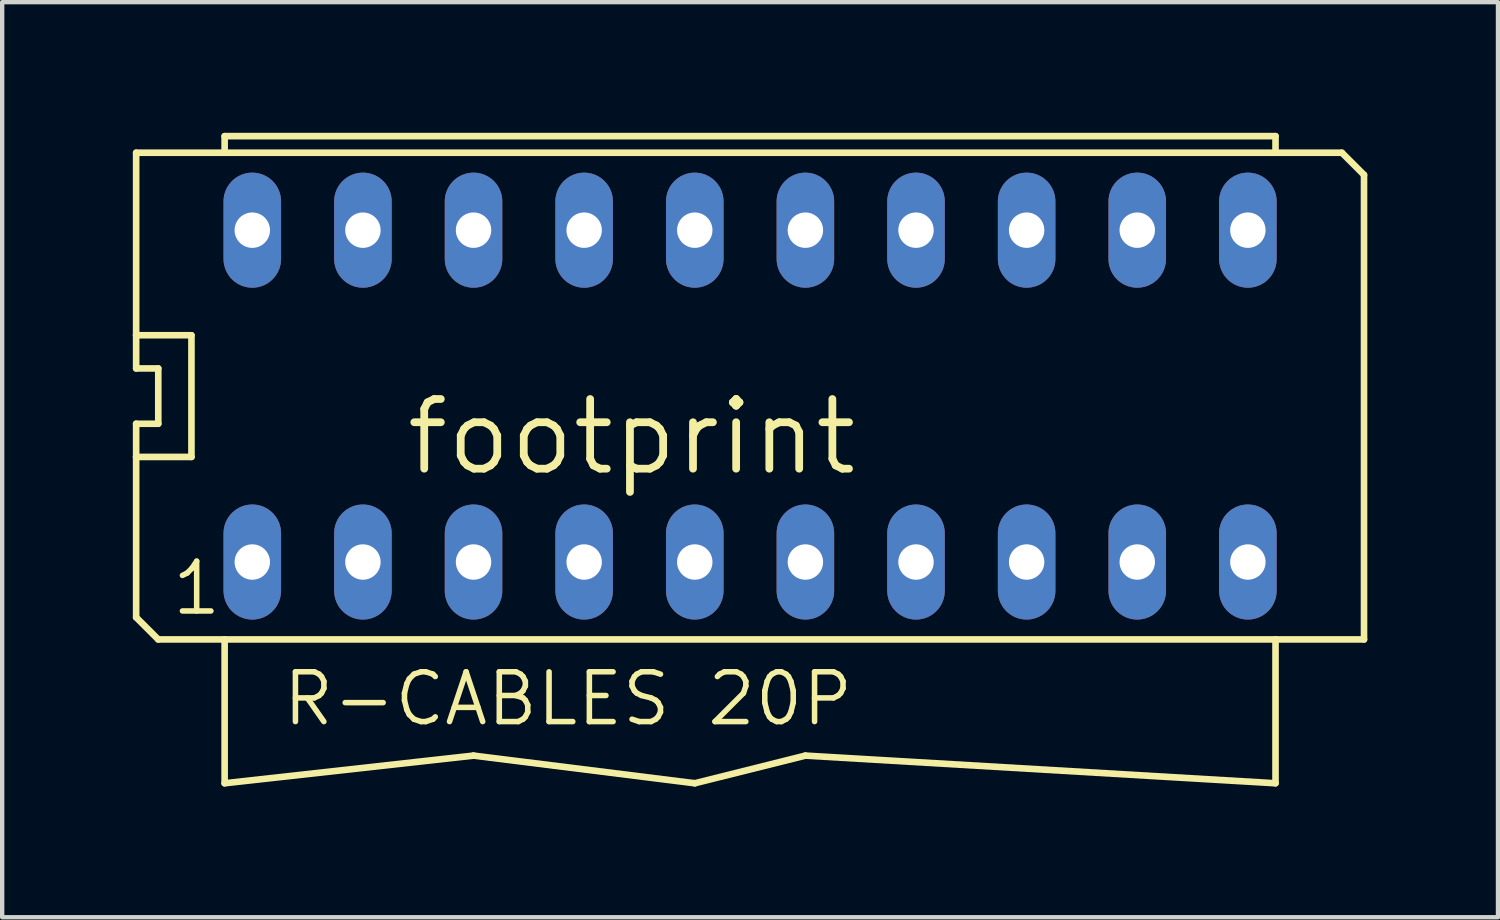
<source format=kicad_pcb>
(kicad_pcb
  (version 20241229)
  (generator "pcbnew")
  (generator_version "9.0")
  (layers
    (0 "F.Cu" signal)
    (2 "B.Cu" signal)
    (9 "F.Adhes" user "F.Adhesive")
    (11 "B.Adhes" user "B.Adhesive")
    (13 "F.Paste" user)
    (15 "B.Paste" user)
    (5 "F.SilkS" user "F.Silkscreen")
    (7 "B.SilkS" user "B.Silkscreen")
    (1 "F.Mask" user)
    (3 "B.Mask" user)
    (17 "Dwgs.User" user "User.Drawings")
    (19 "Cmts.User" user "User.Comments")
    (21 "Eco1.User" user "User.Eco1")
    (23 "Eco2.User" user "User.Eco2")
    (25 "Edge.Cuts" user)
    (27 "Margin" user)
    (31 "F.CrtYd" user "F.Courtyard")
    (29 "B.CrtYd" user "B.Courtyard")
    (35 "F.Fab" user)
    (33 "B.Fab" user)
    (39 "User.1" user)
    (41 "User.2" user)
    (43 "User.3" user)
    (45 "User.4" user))
  (footprint "footprint"
    (layer "F.Cu")
    (at 14.173 6.045)
    (property "Reference" "footprint" (at 2.54 0 0) (layer "F.SilkS") (effects (font (size 1.6 1.6) (thickness 0.178)) (justify right top)))
    (fp_line (start -14.097 -1.397) (end -14.097 -5.588) (stroke (width 0.152) (type solid)) (layer "F.SilkS"))
    (fp_line (start -14.097 -0.635) (end -14.097 -1.397) (stroke (width 0.152) (type solid)) (layer "F.SilkS"))
    (fp_line (start -14.097 0.635) (end -13.589 0.635) (stroke (width 0.152) (type solid)) (layer "F.SilkS"))
    (fp_line (start -14.097 1.397) (end -14.097 0.635) (stroke (width 0.152) (type solid)) (layer "F.SilkS"))
    (fp_line (start -14.097 1.397) (end -12.827 1.397) (stroke (width 0.152) (type solid)) (layer "F.SilkS"))
    (fp_line (start -14.097 5.08) (end -14.097 1.397) (stroke (width 0.152) (type solid)) (layer "F.SilkS"))
    (fp_line (start -13.589 -0.635) (end -14.097 -0.635) (stroke (width 0.152) (type solid)) (layer "F.SilkS"))
    (fp_line (start -13.589 -0.635) (end -13.589 0.635) (stroke (width 0.152) (type solid)) (layer "F.SilkS"))
    (fp_line (start -13.589 5.588) (end -14.097 5.08) (stroke (width 0.152) (type solid)) (layer "F.SilkS"))
    (fp_line (start -13.589 5.588) (end -12.065 5.588) (stroke (width 0.152) (type solid)) (layer "F.SilkS"))
    (fp_line (start -12.827 -1.397) (end -14.097 -1.397) (stroke (width 0.152) (type solid)) (layer "F.SilkS"))
    (fp_line (start -12.827 -1.397) (end -12.827 1.397) (stroke (width 0.152) (type solid)) (layer "F.SilkS"))
    (fp_line (start -12.065 -5.969) (end 12.065 -5.969) (stroke (width 0.152) (type solid)) (layer "F.SilkS"))
    (fp_line (start -12.065 -5.588) (end -14.097 -5.588) (stroke (width 0.152) (type solid)) (layer "F.SilkS"))
    (fp_line (start -12.065 -5.588) (end -12.065 -5.969) (stroke (width 0.152) (type solid)) (layer "F.SilkS"))
    (fp_line (start -12.065 5.588) (end -12.065 8.89) (stroke (width 0.152) (type solid)) (layer "F.SilkS"))
    (fp_line (start -12.065 5.588) (end 12.065 5.588) (stroke (width 0.152) (type solid)) (layer "F.SilkS"))
    (fp_line (start -12.065 8.89) (end -6.35 8.255) (stroke (width 0.152) (type solid)) (layer "F.SilkS"))
    (fp_line (start -6.35 8.255) (end -1.27 8.89) (stroke (width 0.152) (type solid)) (layer "F.SilkS"))
    (fp_line (start -1.27 8.89) (end 1.27 8.255) (stroke (width 0.152) (type solid)) (layer "F.SilkS"))
    (fp_line (start 1.27 8.255) (end 12.065 8.89) (stroke (width 0.152) (type solid)) (layer "F.SilkS"))
    (fp_line (start 12.065 -5.969) (end 12.065 -5.588) (stroke (width 0.152) (type solid)) (layer "F.SilkS"))
    (fp_line (start 12.065 -5.588) (end -12.065 -5.588) (stroke (width 0.152) (type solid)) (layer "F.SilkS"))
    (fp_line (start 12.065 5.588) (end 14.097 5.588) (stroke (width 0.152) (type solid)) (layer "F.SilkS"))
    (fp_line (start 12.065 8.89) (end 12.065 5.588) (stroke (width 0.152) (type solid)) (layer "F.SilkS"))
    (fp_line (start 13.589 -5.588) (end 12.065 -5.588) (stroke (width 0.152) (type solid)) (layer "F.SilkS"))
    (fp_line (start 14.097 -5.08) (end 13.589 -5.588) (stroke (width 0.152) (type solid)) (layer "F.SilkS"))
    (fp_line (start 14.097 5.588) (end 14.097 -5.08) (stroke (width 0.152) (type solid)) (layer "F.SilkS"))
    (fp_text user "R-CABLES 20P" (at -10.795 7.62 0) (layer "F.SilkS") (effects (font (size 1.143 1.143) (thickness 0.127)) (justify left bottom)))
    (fp_text user "1" (at -13.335 5.08 0) (layer "F.SilkS") (effects (font (size 1.143 1.143) (thickness 0.127)) (justify left bottom)))
    (pad "1" thru_hole oval (at -11.43 3.81 90) (size 2.642 1.321) (drill 0.813) (layers "*.Cu" "*.Mask"))
    (pad "2" thru_hole oval (at -8.89 3.81 90) (size 2.642 1.321) (drill 0.813) (layers "*.Cu" "*.Mask"))
    (pad "3" thru_hole oval (at -6.35 3.81 90) (size 2.642 1.321) (drill 0.813) (layers "*.Cu" "*.Mask"))
    (pad "4" thru_hole oval (at -3.81 3.81 90) (size 2.642 1.321) (drill 0.813) (layers "*.Cu" "*.Mask"))
    (pad "5" thru_hole oval (at -1.27 3.81 90) (size 2.642 1.321) (drill 0.813) (layers "*.Cu" "*.Mask"))
    (pad "6" thru_hole oval (at 1.27 3.81 90) (size 2.642 1.321) (drill 0.813) (layers "*.Cu" "*.Mask"))
    (pad "7" thru_hole oval (at 3.81 3.81 90) (size 2.642 1.321) (drill 0.813) (layers "*.Cu" "*.Mask"))
    (pad "8" thru_hole oval (at 6.35 3.81 90) (size 2.642 1.321) (drill 0.813) (layers "*.Cu" "*.Mask"))
    (pad "9" thru_hole oval (at 8.89 3.81 90) (size 2.642 1.321) (drill 0.813) (layers "*.Cu" "*.Mask"))
    (pad "10" thru_hole oval (at 11.43 3.81 90) (size 2.642 1.321) (drill 0.813) (layers "*.Cu" "*.Mask"))
    (pad "11" thru_hole oval (at 11.43 -3.81 90) (size 2.642 1.321) (drill 0.813) (layers "*.Cu" "*.Mask"))
    (pad "12" thru_hole oval (at 8.89 -3.81 90) (size 2.642 1.321) (drill 0.813) (layers "*.Cu" "*.Mask"))
    (pad "13" thru_hole oval (at 6.35 -3.81 90) (size 2.642 1.321) (drill 0.813) (layers "*.Cu" "*.Mask"))
    (pad "14" thru_hole oval (at 3.81 -3.81 90) (size 2.642 1.321) (drill 0.813) (layers "*.Cu" "*.Mask"))
    (pad "15" thru_hole oval (at 1.27 -3.81 90) (size 2.642 1.321) (drill 0.813) (layers "*.Cu" "*.Mask"))
    (pad "16" thru_hole oval (at -1.27 -3.81 90) (size 2.642 1.321) (drill 0.813) (layers "*.Cu" "*.Mask"))
    (pad "17" thru_hole oval (at -3.81 -3.81 90) (size 2.642 1.321) (drill 0.813) (layers "*.Cu" "*.Mask"))
    (pad "18" thru_hole oval (at -6.35 -3.81 90) (size 2.642 1.321) (drill 0.813) (layers "*.Cu" "*.Mask"))
    (pad "19" thru_hole oval (at -8.89 -3.81 90) (size 2.642 1.321) (drill 0.813) (layers "*.Cu" "*.Mask"))
    (pad "20" thru_hole oval (at -11.43 -3.81 90) (size 2.642 1.321) (drill 0.813) (layers "*.Cu" "*.Mask")))
  (gr_rect
    (start -3 -3)
    (end 31.346 18.011)
    (stroke (width 0.1) (type default))
    (fill no)
    (layer "Edge.Cuts")))
</source>
